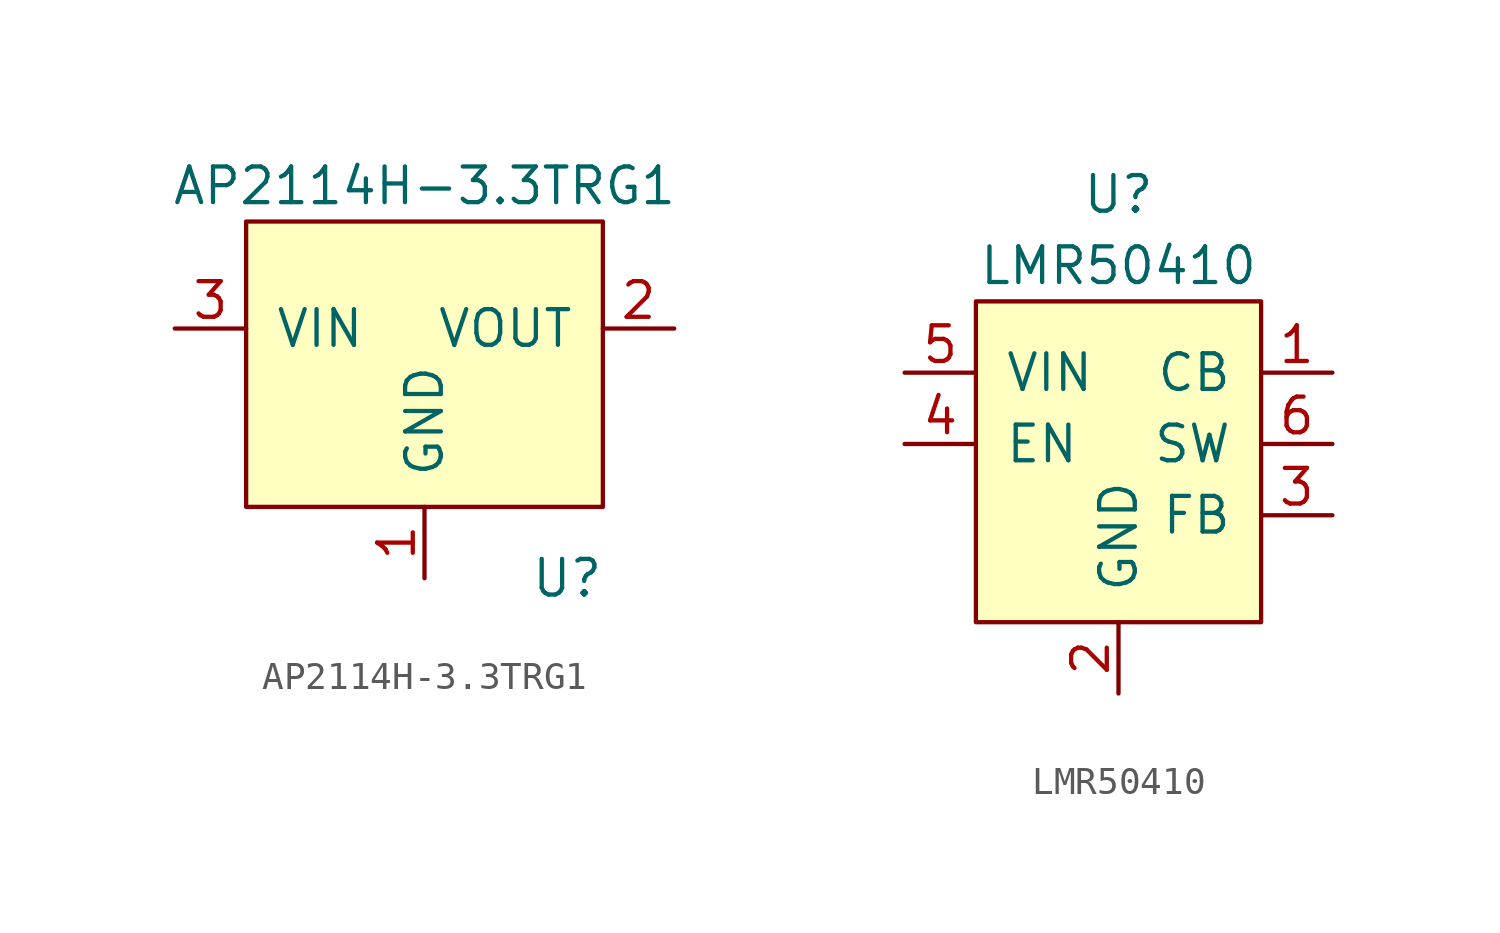
<source format=kicad_sym>
(kicad_symbol_lib
  (version 20211014)
  (generator kicad_symbol_editor)
  (symbol "AP2114H-3.3TRG1"
    (pin_names
      (offset 1.016))
    (property "Reference" "U"
      (at 5.08 -1.27 0)
      (effects (font (size 1.27 1.27))))
    (property "Value" "AP2114H-3.3TRG1"
      (at 0 12.7 0)
      (effects (font (size 1.27 1.27))))
    (symbol "AP2114H-3.3TRG1_0_1"
      (rectangle (start -6.35 11.43) (end 6.35 1.27) (stroke (width 0) (type default) (color 0 0 0 0)) (fill (type background))))
    (symbol "AP2114H-3.3TRG1_1_1"
      (pin input line (at 0 -1.27 90) (length 2.54) (name "GND" (effects (font (size 1.27 1.27)))) (number "1" (effects (font (size 1.27 1.27)))))
      (pin input line (at 8.89 7.62 180) (length 2.54) (name "VOUT" (effects (font (size 1.27 1.27)))) (number "2" (effects (font (size 1.27 1.27)))))
      (pin input line (at -8.89 7.62 0) (length 2.54) (name "VIN" (effects (font (size 1.27 1.27)))) (number "3" (effects (font (size 1.27 1.27)))))
      (pin power_out line (at 8.89 7.62 180) (length 2.54) hide (name "VOUT" (effects (font (size 1.27 1.27)))) (number "4" (effects (font (size 1.27 1.27)))))))
  (symbol "LMR50410"
    (pin_names
      (offset 1.016))
    (property "Reference" "U"
      (at 0 10.16 0)
      (effects (font (size 1.27 1.27))))
    (property "Value" "LMR50410"
      (at 0 7.62 0)
      (effects (font (size 1.27 1.27))))
    (symbol "LMR50410_1_1"
      (rectangle (start -5.08 6.35) (end 5.08 -5.08) (stroke (width 0) (type default) (color 0 0 0 0)) (fill (type background)))
      (pin bidirectional line (at 7.62 3.81 180) (length 2.54) (name "CB" (effects (font (size 1.27 1.27)))) (number "1" (effects (font (size 1.27 1.27)))))
      (pin input line (at 0 -7.62 90) (length 2.54) (name "GND" (effects (font (size 1.27 1.27)))) (number "2" (effects (font (size 1.27 1.27)))))
      (pin input line (at 7.62 -1.27 180) (length 2.54) (name "FB" (effects (font (size 1.27 1.27)))) (number "3" (effects (font (size 1.27 1.27)))))
      (pin input line (at -7.62 1.27 0) (length 2.54) (name "EN" (effects (font (size 1.27 1.27)))) (number "4" (effects (font (size 1.27 1.27)))))
      (pin input line (at -7.62 3.81 0) (length 2.54) (name "VIN" (effects (font (size 1.27 1.27)))) (number "5" (effects (font (size 1.27 1.27)))))
      (pin output line (at 7.62 1.27 180) (length 2.54) (name "SW" (effects (font (size 1.27 1.27)))) (number "6" (effects (font (size 1.27 1.27))))))))
</source>
